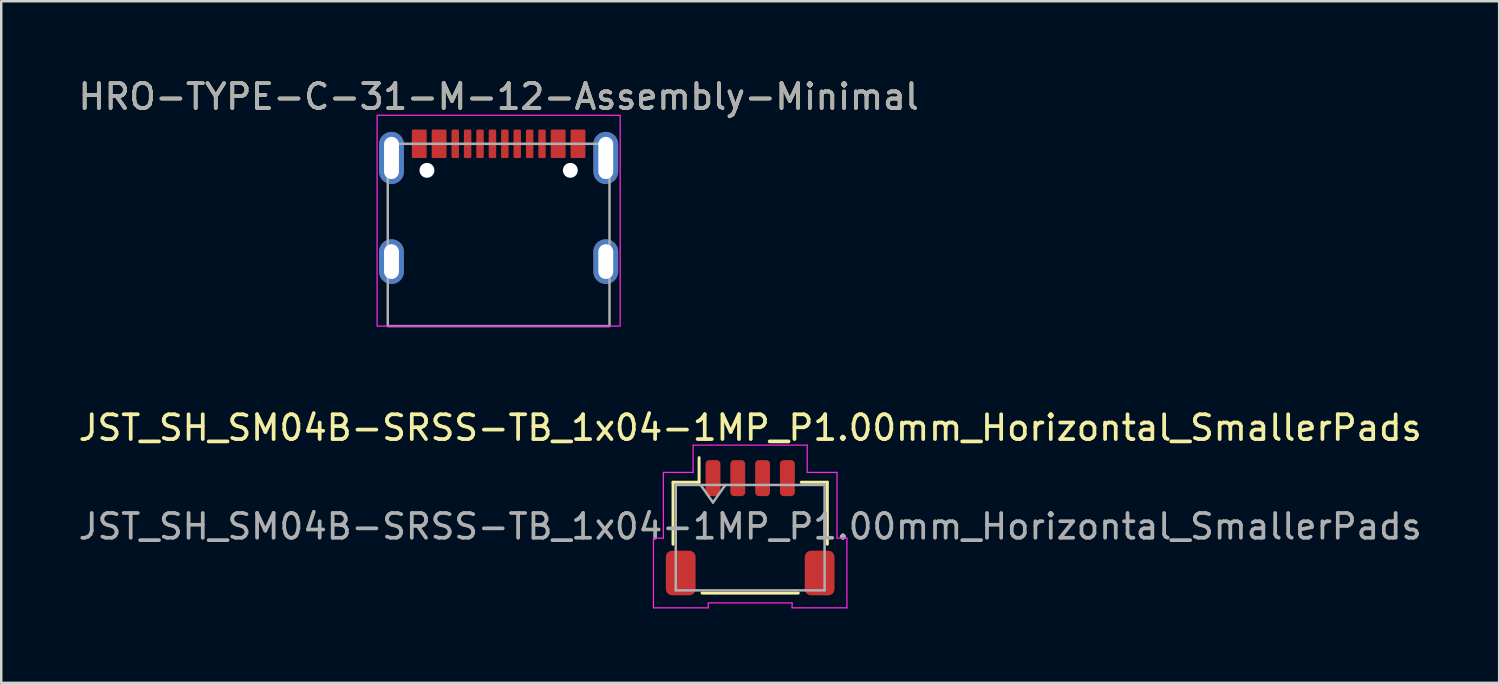
<source format=kicad_pcb>
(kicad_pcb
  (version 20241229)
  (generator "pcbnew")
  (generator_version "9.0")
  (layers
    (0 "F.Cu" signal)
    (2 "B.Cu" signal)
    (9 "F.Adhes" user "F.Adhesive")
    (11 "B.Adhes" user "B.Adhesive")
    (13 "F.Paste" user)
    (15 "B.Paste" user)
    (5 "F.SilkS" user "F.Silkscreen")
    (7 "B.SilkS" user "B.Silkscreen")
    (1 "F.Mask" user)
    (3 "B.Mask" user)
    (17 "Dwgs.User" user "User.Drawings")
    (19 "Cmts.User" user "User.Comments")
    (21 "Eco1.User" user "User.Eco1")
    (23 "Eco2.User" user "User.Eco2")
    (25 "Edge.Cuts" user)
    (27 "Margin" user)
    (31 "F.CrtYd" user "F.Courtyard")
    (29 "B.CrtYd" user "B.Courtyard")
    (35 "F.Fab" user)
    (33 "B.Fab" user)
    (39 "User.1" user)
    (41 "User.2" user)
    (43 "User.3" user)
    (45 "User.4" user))
  (footprint "HRO-TYPE-C-31-M-12-Assembly-Minimal"
    (layer "F.Cu")
    (at 17.054 10.098)
    (property "Reference" "HRO-TYPE-C-31-M-12-Assembly-Minimal" (at 0 -9.25 0) (layer "F.SilkS") (effects (font (size 1 1) (thickness 0.15))))
    (attr smd)
    (fp_rect (start -4.9 -8.5) (end 4.9 0) (stroke (width 0.05) (type default)) (fill no) (layer "F.CrtYd"))
    (fp_rect (start -4.47 -7.35) (end 4.47 0) (stroke (width 0.1) (type solid)) (fill no) (layer "F.Fab"))
    (fp_line (start -4.6 -6.78) (end 4.6 -6.78) (stroke (width 0.1) (type solid)) (layer "User.3"))
    (fp_text user "${REFERENCE}" (at 0 -9.25 0) (layer "F.Fab") (effects (font (size 1 1) (thickness 0.15))))
    (pad "" np_thru_hole circle (at -2.89 -6.28) (size 0.6 0.6) (drill 0.6) (layers "*.Cu" "*.Mask"))
    (pad "" np_thru_hole circle (at 2.89 -6.28) (size 0.6 0.6) (drill 0.6) (layers "*.Cu" "*.Mask"))
    (pad "A1" smd roundrect (at -3.2 -7.35) (size 0.6 1.15) (layers "F.Cu" "F.Mask" "F.Paste") (roundrect_rratio 0.083))
    (pad "A4" smd roundrect (at -2.4 -7.35) (size 0.6 1.15) (layers "F.Cu" "F.Mask" "F.Paste") (roundrect_rratio 0.083))
    (pad "A5" smd roundrect (at -1.25 -7.35) (size 0.3 1.15) (layers "F.Cu" "F.Mask" "F.Paste") (roundrect_rratio 0.167))
    (pad "A6" smd roundrect (at -0.25 -7.35) (size 0.3 1.15) (layers "F.Cu" "F.Mask" "F.Paste") (roundrect_rratio 0.167))
    (pad "A7" smd roundrect (at 0.25 -7.35) (size 0.3 1.15) (layers "F.Cu" "F.Mask" "F.Paste") (roundrect_rratio 0.167))
    (pad "A8" smd roundrect (at 1.25 -7.35) (size 0.3 1.15) (layers "F.Cu" "F.Mask" "F.Paste") (roundrect_rratio 0.167))
    (pad "A9" smd roundrect (at 2.4 -7.35) (size 0.6 1.15) (layers "F.Cu" "F.Mask" "F.Paste") (roundrect_rratio 0.083))
    (pad "A12" smd roundrect (at 3.2 -7.35) (size 0.6 1.15) (layers "F.Cu" "F.Mask" "F.Paste") (roundrect_rratio 0.083))
    (pad "B5" smd roundrect (at 1.75 -7.35) (size 0.3 1.15) (layers "F.Cu" "F.Mask" "F.Paste") (roundrect_rratio 0.167))
    (pad "B6" smd roundrect (at 0.75 -7.35) (size 0.3 1.15) (layers "F.Cu" "F.Mask" "F.Paste") (roundrect_rratio 0.167))
    (pad "B7" smd roundrect (at -0.75 -7.35) (size 0.3 1.15) (layers "F.Cu" "F.Mask" "F.Paste") (roundrect_rratio 0.167))
    (pad "B8" smd roundrect (at -1.75 -7.35) (size 0.3 1.15) (layers "F.Cu" "F.Mask" "F.Paste") (roundrect_rratio 0.167))
    (pad "S1" thru_hole oval (at -4.32 -6.78) (size 1 2.1) (drill oval 0.6 1.7) (layers "*.Cu" "*.Mask"))
    (pad "S1" thru_hole oval (at -4.32 -2.6) (size 1 1.8) (drill oval 0.6 1.4) (layers "*.Cu" "*.Mask"))
    (pad "S1" thru_hole oval (at 4.32 -6.78) (size 1 2.1) (drill oval 0.6 1.7) (layers "*.Cu" "*.Mask"))
    (pad "S1" thru_hole oval (at 4.32 -2.6) (size 1 1.8) (drill oval 0.6 1.4) (layers "*.Cu" "*.Mask")))
  (footprint "JST_SH_SM04B-SRSS-TB_1x04-1MP_P1.00mm_Horizontal_SmallerPads"
    (layer "F.Cu")
    (at 27.196 18.177)
    (property "Reference" "JST_SH_SM04B-SRSS-TB_1x04-1MP_P1.00mm_Horizontal_SmallerPads" (at 0 -3.98 0) (layer "F.SilkS") (effects (font (size 1 1) (thickness 0.15))))
    (attr smd)
    (fp_line (start -3.11 -1.785) (end -2.06 -1.785) (stroke (width 0.12) (type solid)) (layer "F.SilkS"))
    (fp_line (start -3.11 0.715) (end -3.11 -1.785) (stroke (width 0.12) (type solid)) (layer "F.SilkS"))
    (fp_line (start -2.06 -1.785) (end -2.06 -2.775) (stroke (width 0.12) (type solid)) (layer "F.SilkS"))
    (fp_line (start -1.94 2.685) (end 1.94 2.685) (stroke (width 0.12) (type solid)) (layer "F.SilkS"))
    (fp_line (start 3.11 -1.785) (end 2.06 -1.785) (stroke (width 0.12) (type solid)) (layer "F.SilkS"))
    (fp_line (start 3.11 0.715) (end 3.11 -1.785) (stroke (width 0.12) (type solid)) (layer "F.SilkS"))
    (fp_line (start -3.9 0.47) (end -3.5 0.47) (stroke (width 0.05) (type solid)) (layer "F.CrtYd"))
    (fp_line (start -3.9 3.28) (end -3.9 0.47) (stroke (width 0.05) (type solid)) (layer "F.CrtYd"))
    (fp_line (start -3.5 -2.18) (end -2.3 -2.18) (stroke (width 0.05) (type solid)) (layer "F.CrtYd"))
    (fp_line (start -3.5 0.47) (end -3.5 -2.18) (stroke (width 0.05) (type solid)) (layer "F.CrtYd"))
    (fp_line (start -2.3 -3.28) (end 2.3 -3.28) (stroke (width 0.05) (type solid)) (layer "F.CrtYd"))
    (fp_line (start -2.3 -2.18) (end -2.3 -3.28) (stroke (width 0.05) (type solid)) (layer "F.CrtYd"))
    (fp_line (start -1.69 3.08) (end -1.69 3.28) (stroke (width 0.05) (type solid)) (layer "F.CrtYd"))
    (fp_line (start -1.69 3.28) (end -3.9 3.28) (stroke (width 0.05) (type solid)) (layer "F.CrtYd"))
    (fp_line (start 1.69 3.08) (end -1.69 3.08) (stroke (width 0.05) (type solid)) (layer "F.CrtYd"))
    (fp_line (start 1.69 3.28) (end 1.69 3.08) (stroke (width 0.05) (type solid)) (layer "F.CrtYd"))
    (fp_line (start 2.3 -3.28) (end 2.3 -2.18) (stroke (width 0.05) (type solid)) (layer "F.CrtYd"))
    (fp_line (start 2.3 -2.18) (end 3.5 -2.18) (stroke (width 0.05) (type solid)) (layer "F.CrtYd"))
    (fp_line (start 3.5 -2.18) (end 3.5 0.47) (stroke (width 0.05) (type solid)) (layer "F.CrtYd"))
    (fp_line (start 3.5 0.47) (end 3.9 0.47) (stroke (width 0.05) (type solid)) (layer "F.CrtYd"))
    (fp_line (start 3.9 0.47) (end 3.9 3.28) (stroke (width 0.05) (type solid)) (layer "F.CrtYd"))
    (fp_line (start 3.9 3.28) (end 1.69 3.28) (stroke (width 0.05) (type solid)) (layer "F.CrtYd"))
    (fp_line (start -3 -1.675) (end -3 2.575) (stroke (width 0.1) (type solid)) (layer "F.Fab"))
    (fp_line (start -3 -1.675) (end 3 -1.675) (stroke (width 0.1) (type solid)) (layer "F.Fab"))
    (fp_line (start -3 2.575) (end 3 2.575) (stroke (width 0.1) (type solid)) (layer "F.Fab"))
    (fp_line (start -2 -1.675) (end -1.5 -0.968) (stroke (width 0.1) (type solid)) (layer "F.Fab"))
    (fp_line (start -1.5 -0.968) (end -1 -1.675) (stroke (width 0.1) (type solid)) (layer "F.Fab"))
    (fp_line (start 3 -1.675) (end 3 2.575) (stroke (width 0.1) (type solid)) (layer "F.Fab"))
    (fp_text user "${REFERENCE}" (at 0 0 0) (layer "F.Fab") (effects (font (size 1 1) (thickness 0.15))))
    (pad "1" smd roundrect (at -1.5 -1.95) (size 0.6 1.45) (layers "F.Cu" "F.Mask" "F.Paste") (roundrect_rratio 0.25))
    (pad "2" smd roundrect (at -0.5 -1.95) (size 0.6 1.45) (layers "F.Cu" "F.Mask" "F.Paste") (roundrect_rratio 0.25))
    (pad "3" smd roundrect (at 0.5 -1.95) (size 0.6 1.45) (layers "F.Cu" "F.Mask" "F.Paste") (roundrect_rratio 0.25))
    (pad "4" smd roundrect (at 1.5 -1.95) (size 0.6 1.45) (layers "F.Cu" "F.Mask" "F.Paste") (roundrect_rratio 0.25))
    (pad "MP" smd roundrect (at -2.8 1.875) (size 1.2 1.8) (layers "F.Cu" "F.Mask" "F.Paste") (roundrect_rratio 0.208))
    (pad "MP" smd roundrect (at 2.8 1.875) (size 1.2 1.8) (layers "F.Cu" "F.Mask" "F.Paste") (roundrect_rratio 0.208)))
  (gr_rect
    (start -3 -3)
    (end 57.393 24.482)
    (stroke (width 0.1) (type default))
    (fill no)
    (layer "Edge.Cuts")))
</source>
